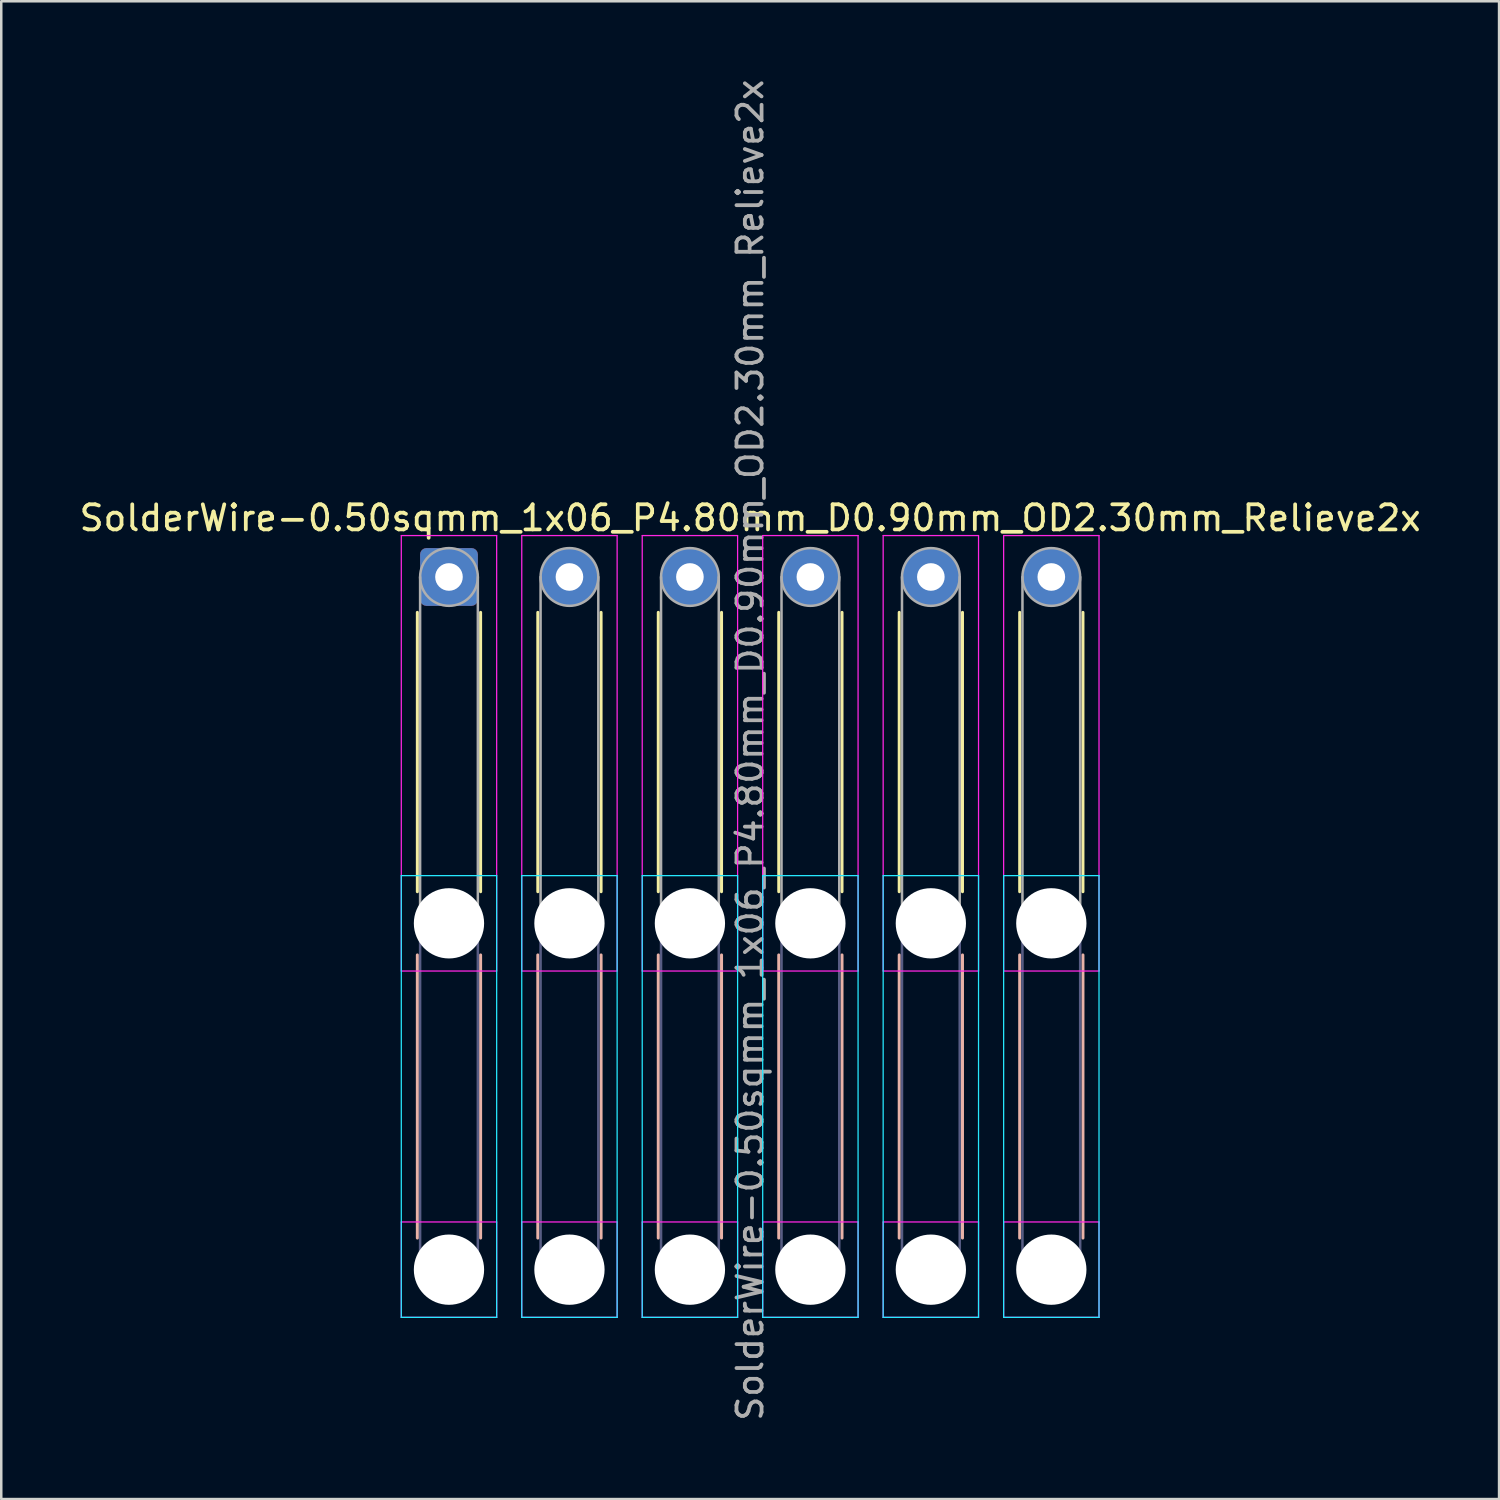
<source format=kicad_pcb>
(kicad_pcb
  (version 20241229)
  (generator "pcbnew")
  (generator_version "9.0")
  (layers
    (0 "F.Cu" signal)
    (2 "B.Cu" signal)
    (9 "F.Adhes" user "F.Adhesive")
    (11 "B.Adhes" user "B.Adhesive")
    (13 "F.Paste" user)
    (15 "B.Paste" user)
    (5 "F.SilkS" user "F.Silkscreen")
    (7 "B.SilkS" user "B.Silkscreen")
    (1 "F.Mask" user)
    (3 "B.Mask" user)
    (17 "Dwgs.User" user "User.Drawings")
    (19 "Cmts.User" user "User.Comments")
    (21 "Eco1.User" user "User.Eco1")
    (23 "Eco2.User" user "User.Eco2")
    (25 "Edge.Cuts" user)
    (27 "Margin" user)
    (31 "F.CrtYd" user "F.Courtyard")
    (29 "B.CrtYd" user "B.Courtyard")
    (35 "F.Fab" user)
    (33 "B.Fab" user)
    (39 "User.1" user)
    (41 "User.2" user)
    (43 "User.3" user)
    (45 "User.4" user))
  (footprint "SolderWire-0.50sqmm_1x06_P4.80mm_D0.90mm_OD2.30mm_Relieve2x"
    (layer "F.Cu")
    (at 14.839 19.939)
    (property "Reference" "SolderWire-0.50sqmm_1x06_P4.80mm_D0.90mm_OD2.30mm_Relieve2x" (at 12 -2.35 0) (layer "F.SilkS") (effects (font (size 1 1) (thickness 0.15))))
    (attr exclude_from_pos_files exclude_from_bom)
    (fp_line (start -1.26 1.41) (end -1.26 12.54) (stroke (width 0.12) (type solid)) (layer "F.SilkS"))
    (fp_line (start 1.26 1.41) (end 1.26 12.54) (stroke (width 0.12) (type solid)) (layer "F.SilkS"))
    (fp_line (start 3.54 1.41) (end 3.54 12.54) (stroke (width 0.12) (type solid)) (layer "F.SilkS"))
    (fp_line (start 6.06 1.41) (end 6.06 12.54) (stroke (width 0.12) (type solid)) (layer "F.SilkS"))
    (fp_line (start 8.34 1.41) (end 8.34 12.54) (stroke (width 0.12) (type solid)) (layer "F.SilkS"))
    (fp_line (start 10.86 1.41) (end 10.86 12.54) (stroke (width 0.12) (type solid)) (layer "F.SilkS"))
    (fp_line (start 13.14 1.41) (end 13.14 12.54) (stroke (width 0.12) (type solid)) (layer "F.SilkS"))
    (fp_line (start 15.66 1.41) (end 15.66 12.54) (stroke (width 0.12) (type solid)) (layer "F.SilkS"))
    (fp_line (start 17.94 1.41) (end 17.94 12.54) (stroke (width 0.12) (type solid)) (layer "F.SilkS"))
    (fp_line (start 20.46 1.41) (end 20.46 12.54) (stroke (width 0.12) (type solid)) (layer "F.SilkS"))
    (fp_line (start 22.74 1.41) (end 22.74 12.54) (stroke (width 0.12) (type solid)) (layer "F.SilkS"))
    (fp_line (start 25.26 1.41) (end 25.26 12.54) (stroke (width 0.12) (type solid)) (layer "F.SilkS"))
    (fp_line (start -1.26 15.06) (end -1.26 26.34) (stroke (width 0.12) (type solid)) (layer "B.SilkS"))
    (fp_line (start 1.26 15.06) (end 1.26 26.34) (stroke (width 0.12) (type solid)) (layer "B.SilkS"))
    (fp_line (start 3.54 15.06) (end 3.54 26.34) (stroke (width 0.12) (type solid)) (layer "B.SilkS"))
    (fp_line (start 6.06 15.06) (end 6.06 26.34) (stroke (width 0.12) (type solid)) (layer "B.SilkS"))
    (fp_line (start 8.34 15.06) (end 8.34 26.34) (stroke (width 0.12) (type solid)) (layer "B.SilkS"))
    (fp_line (start 10.86 15.06) (end 10.86 26.34) (stroke (width 0.12) (type solid)) (layer "B.SilkS"))
    (fp_line (start 13.14 15.06) (end 13.14 26.34) (stroke (width 0.12) (type solid)) (layer "B.SilkS"))
    (fp_line (start 15.66 15.06) (end 15.66 26.34) (stroke (width 0.12) (type solid)) (layer "B.SilkS"))
    (fp_line (start 17.94 15.06) (end 17.94 26.34) (stroke (width 0.12) (type solid)) (layer "B.SilkS"))
    (fp_line (start 20.46 15.06) (end 20.46 26.34) (stroke (width 0.12) (type solid)) (layer "B.SilkS"))
    (fp_line (start 22.74 15.06) (end 22.74 26.34) (stroke (width 0.12) (type solid)) (layer "B.SilkS"))
    (fp_line (start 25.26 15.06) (end 25.26 26.34) (stroke (width 0.12) (type solid)) (layer "B.SilkS"))
    (fp_line (start -1.9 11.9) (end -1.9 29.5) (stroke (width 0.05) (type solid)) (layer "B.CrtYd"))
    (fp_line (start -1.9 29.5) (end 1.9 29.5) (stroke (width 0.05) (type solid)) (layer "B.CrtYd"))
    (fp_line (start 1.9 11.9) (end -1.9 11.9) (stroke (width 0.05) (type solid)) (layer "B.CrtYd"))
    (fp_line (start 1.9 29.5) (end 1.9 11.9) (stroke (width 0.05) (type solid)) (layer "B.CrtYd"))
    (fp_line (start 2.9 11.9) (end 2.9 29.5) (stroke (width 0.05) (type solid)) (layer "B.CrtYd"))
    (fp_line (start 2.9 29.5) (end 6.7 29.5) (stroke (width 0.05) (type solid)) (layer "B.CrtYd"))
    (fp_line (start 6.7 11.9) (end 2.9 11.9) (stroke (width 0.05) (type solid)) (layer "B.CrtYd"))
    (fp_line (start 6.7 29.5) (end 6.7 11.9) (stroke (width 0.05) (type solid)) (layer "B.CrtYd"))
    (fp_line (start 7.7 11.9) (end 7.7 29.5) (stroke (width 0.05) (type solid)) (layer "B.CrtYd"))
    (fp_line (start 7.7 29.5) (end 11.5 29.5) (stroke (width 0.05) (type solid)) (layer "B.CrtYd"))
    (fp_line (start 11.5 11.9) (end 7.7 11.9) (stroke (width 0.05) (type solid)) (layer "B.CrtYd"))
    (fp_line (start 11.5 29.5) (end 11.5 11.9) (stroke (width 0.05) (type solid)) (layer "B.CrtYd"))
    (fp_line (start 12.5 11.9) (end 12.5 29.5) (stroke (width 0.05) (type solid)) (layer "B.CrtYd"))
    (fp_line (start 12.5 29.5) (end 16.3 29.5) (stroke (width 0.05) (type solid)) (layer "B.CrtYd"))
    (fp_line (start 16.3 11.9) (end 12.5 11.9) (stroke (width 0.05) (type solid)) (layer "B.CrtYd"))
    (fp_line (start 16.3 29.5) (end 16.3 11.9) (stroke (width 0.05) (type solid)) (layer "B.CrtYd"))
    (fp_line (start 17.3 11.9) (end 17.3 29.5) (stroke (width 0.05) (type solid)) (layer "B.CrtYd"))
    (fp_line (start 17.3 29.5) (end 21.1 29.5) (stroke (width 0.05) (type solid)) (layer "B.CrtYd"))
    (fp_line (start 21.1 11.9) (end 17.3 11.9) (stroke (width 0.05) (type solid)) (layer "B.CrtYd"))
    (fp_line (start 21.1 29.5) (end 21.1 11.9) (stroke (width 0.05) (type solid)) (layer "B.CrtYd"))
    (fp_line (start 22.1 11.9) (end 22.1 29.5) (stroke (width 0.05) (type solid)) (layer "B.CrtYd"))
    (fp_line (start 22.1 29.5) (end 25.9 29.5) (stroke (width 0.05) (type solid)) (layer "B.CrtYd"))
    (fp_line (start 25.9 11.9) (end 22.1 11.9) (stroke (width 0.05) (type solid)) (layer "B.CrtYd"))
    (fp_line (start 25.9 29.5) (end 25.9 11.9) (stroke (width 0.05) (type solid)) (layer "B.CrtYd"))
    (fp_line (start -1.9 -1.65) (end -1.9 15.7) (stroke (width 0.05) (type solid)) (layer "F.CrtYd"))
    (fp_line (start -1.9 15.7) (end 1.9 15.7) (stroke (width 0.05) (type solid)) (layer "F.CrtYd"))
    (fp_line (start -1.9 25.7) (end -1.9 29.5) (stroke (width 0.05) (type solid)) (layer "F.CrtYd"))
    (fp_line (start -1.9 29.5) (end 1.9 29.5) (stroke (width 0.05) (type solid)) (layer "F.CrtYd"))
    (fp_line (start 1.9 -1.65) (end -1.9 -1.65) (stroke (width 0.05) (type solid)) (layer "F.CrtYd"))
    (fp_line (start 1.9 15.7) (end 1.9 -1.65) (stroke (width 0.05) (type solid)) (layer "F.CrtYd"))
    (fp_line (start 1.9 25.7) (end -1.9 25.7) (stroke (width 0.05) (type solid)) (layer "F.CrtYd"))
    (fp_line (start 1.9 29.5) (end 1.9 25.7) (stroke (width 0.05) (type solid)) (layer "F.CrtYd"))
    (fp_line (start 2.9 -1.65) (end 2.9 15.7) (stroke (width 0.05) (type solid)) (layer "F.CrtYd"))
    (fp_line (start 2.9 15.7) (end 6.7 15.7) (stroke (width 0.05) (type solid)) (layer "F.CrtYd"))
    (fp_line (start 2.9 25.7) (end 2.9 29.5) (stroke (width 0.05) (type solid)) (layer "F.CrtYd"))
    (fp_line (start 2.9 29.5) (end 6.7 29.5) (stroke (width 0.05) (type solid)) (layer "F.CrtYd"))
    (fp_line (start 6.7 -1.65) (end 2.9 -1.65) (stroke (width 0.05) (type solid)) (layer "F.CrtYd"))
    (fp_line (start 6.7 15.7) (end 6.7 -1.65) (stroke (width 0.05) (type solid)) (layer "F.CrtYd"))
    (fp_line (start 6.7 25.7) (end 2.9 25.7) (stroke (width 0.05) (type solid)) (layer "F.CrtYd"))
    (fp_line (start 6.7 29.5) (end 6.7 25.7) (stroke (width 0.05) (type solid)) (layer "F.CrtYd"))
    (fp_line (start 7.7 -1.65) (end 7.7 15.7) (stroke (width 0.05) (type solid)) (layer "F.CrtYd"))
    (fp_line (start 7.7 15.7) (end 11.5 15.7) (stroke (width 0.05) (type solid)) (layer "F.CrtYd"))
    (fp_line (start 7.7 25.7) (end 7.7 29.5) (stroke (width 0.05) (type solid)) (layer "F.CrtYd"))
    (fp_line (start 7.7 29.5) (end 11.5 29.5) (stroke (width 0.05) (type solid)) (layer "F.CrtYd"))
    (fp_line (start 11.5 -1.65) (end 7.7 -1.65) (stroke (width 0.05) (type solid)) (layer "F.CrtYd"))
    (fp_line (start 11.5 15.7) (end 11.5 -1.65) (stroke (width 0.05) (type solid)) (layer "F.CrtYd"))
    (fp_line (start 11.5 25.7) (end 7.7 25.7) (stroke (width 0.05) (type solid)) (layer "F.CrtYd"))
    (fp_line (start 11.5 29.5) (end 11.5 25.7) (stroke (width 0.05) (type solid)) (layer "F.CrtYd"))
    (fp_line (start 12.5 -1.65) (end 12.5 15.7) (stroke (width 0.05) (type solid)) (layer "F.CrtYd"))
    (fp_line (start 12.5 15.7) (end 16.3 15.7) (stroke (width 0.05) (type solid)) (layer "F.CrtYd"))
    (fp_line (start 12.5 25.7) (end 12.5 29.5) (stroke (width 0.05) (type solid)) (layer "F.CrtYd"))
    (fp_line (start 12.5 29.5) (end 16.3 29.5) (stroke (width 0.05) (type solid)) (layer "F.CrtYd"))
    (fp_line (start 16.3 -1.65) (end 12.5 -1.65) (stroke (width 0.05) (type solid)) (layer "F.CrtYd"))
    (fp_line (start 16.3 15.7) (end 16.3 -1.65) (stroke (width 0.05) (type solid)) (layer "F.CrtYd"))
    (fp_line (start 16.3 25.7) (end 12.5 25.7) (stroke (width 0.05) (type solid)) (layer "F.CrtYd"))
    (fp_line (start 16.3 29.5) (end 16.3 25.7) (stroke (width 0.05) (type solid)) (layer "F.CrtYd"))
    (fp_line (start 17.3 -1.65) (end 17.3 15.7) (stroke (width 0.05) (type solid)) (layer "F.CrtYd"))
    (fp_line (start 17.3 15.7) (end 21.1 15.7) (stroke (width 0.05) (type solid)) (layer "F.CrtYd"))
    (fp_line (start 17.3 25.7) (end 17.3 29.5) (stroke (width 0.05) (type solid)) (layer "F.CrtYd"))
    (fp_line (start 17.3 29.5) (end 21.1 29.5) (stroke (width 0.05) (type solid)) (layer "F.CrtYd"))
    (fp_line (start 21.1 -1.65) (end 17.3 -1.65) (stroke (width 0.05) (type solid)) (layer "F.CrtYd"))
    (fp_line (start 21.1 15.7) (end 21.1 -1.65) (stroke (width 0.05) (type solid)) (layer "F.CrtYd"))
    (fp_line (start 21.1 25.7) (end 17.3 25.7) (stroke (width 0.05) (type solid)) (layer "F.CrtYd"))
    (fp_line (start 21.1 29.5) (end 21.1 25.7) (stroke (width 0.05) (type solid)) (layer "F.CrtYd"))
    (fp_line (start 22.1 -1.65) (end 22.1 15.7) (stroke (width 0.05) (type solid)) (layer "F.CrtYd"))
    (fp_line (start 22.1 15.7) (end 25.9 15.7) (stroke (width 0.05) (type solid)) (layer "F.CrtYd"))
    (fp_line (start 22.1 25.7) (end 22.1 29.5) (stroke (width 0.05) (type solid)) (layer "F.CrtYd"))
    (fp_line (start 22.1 29.5) (end 25.9 29.5) (stroke (width 0.05) (type solid)) (layer "F.CrtYd"))
    (fp_line (start 25.9 -1.65) (end 22.1 -1.65) (stroke (width 0.05) (type solid)) (layer "F.CrtYd"))
    (fp_line (start 25.9 15.7) (end 25.9 -1.65) (stroke (width 0.05) (type solid)) (layer "F.CrtYd"))
    (fp_line (start 25.9 25.7) (end 22.1 25.7) (stroke (width 0.05) (type solid)) (layer "F.CrtYd"))
    (fp_line (start 25.9 29.5) (end 25.9 25.7) (stroke (width 0.05) (type solid)) (layer "F.CrtYd"))
    (fp_line (start -1.15 13.8) (end -1.15 27.6) (stroke (width 0.1) (type solid)) (layer "B.Fab"))
    (fp_line (start 1.15 13.8) (end 1.15 27.6) (stroke (width 0.1) (type solid)) (layer "B.Fab"))
    (fp_line (start 3.65 13.8) (end 3.65 27.6) (stroke (width 0.1) (type solid)) (layer "B.Fab"))
    (fp_line (start 5.95 13.8) (end 5.95 27.6) (stroke (width 0.1) (type solid)) (layer "B.Fab"))
    (fp_line (start 8.45 13.8) (end 8.45 27.6) (stroke (width 0.1) (type solid)) (layer "B.Fab"))
    (fp_line (start 10.75 13.8) (end 10.75 27.6) (stroke (width 0.1) (type solid)) (layer "B.Fab"))
    (fp_line (start 13.25 13.8) (end 13.25 27.6) (stroke (width 0.1) (type solid)) (layer "B.Fab"))
    (fp_line (start 15.55 13.8) (end 15.55 27.6) (stroke (width 0.1) (type solid)) (layer "B.Fab"))
    (fp_line (start 18.05 13.8) (end 18.05 27.6) (stroke (width 0.1) (type solid)) (layer "B.Fab"))
    (fp_line (start 20.35 13.8) (end 20.35 27.6) (stroke (width 0.1) (type solid)) (layer "B.Fab"))
    (fp_line (start 22.85 13.8) (end 22.85 27.6) (stroke (width 0.1) (type solid)) (layer "B.Fab"))
    (fp_line (start 25.15 13.8) (end 25.15 27.6) (stroke (width 0.1) (type solid)) (layer "B.Fab"))
    (fp_circle (center 0 13.8) (end 1.15 13.8) (stroke (width 0.1) (type solid)) (fill no) (layer "B.Fab"))
    (fp_circle (center 0 27.6) (end 1.15 27.6) (stroke (width 0.1) (type solid)) (fill no) (layer "B.Fab"))
    (fp_circle (center 4.8 13.8) (end 5.95 13.8) (stroke (width 0.1) (type solid)) (fill no) (layer "B.Fab"))
    (fp_circle (center 4.8 27.6) (end 5.95 27.6) (stroke (width 0.1) (type solid)) (fill no) (layer "B.Fab"))
    (fp_circle (center 9.6 13.8) (end 10.75 13.8) (stroke (width 0.1) (type solid)) (fill no) (layer "B.Fab"))
    (fp_circle (center 9.6 27.6) (end 10.75 27.6) (stroke (width 0.1) (type solid)) (fill no) (layer "B.Fab"))
    (fp_circle (center 14.4 13.8) (end 15.55 13.8) (stroke (width 0.1) (type solid)) (fill no) (layer "B.Fab"))
    (fp_circle (center 14.4 27.6) (end 15.55 27.6) (stroke (width 0.1) (type solid)) (fill no) (layer "B.Fab"))
    (fp_circle (center 19.2 13.8) (end 20.35 13.8) (stroke (width 0.1) (type solid)) (fill no) (layer "B.Fab"))
    (fp_circle (center 19.2 27.6) (end 20.35 27.6) (stroke (width 0.1) (type solid)) (fill no) (layer "B.Fab"))
    (fp_circle (center 24 13.8) (end 25.15 13.8) (stroke (width 0.1) (type solid)) (fill no) (layer "B.Fab"))
    (fp_circle (center 24 27.6) (end 25.15 27.6) (stroke (width 0.1) (type solid)) (fill no) (layer "B.Fab"))
    (fp_line (start -1.15 0) (end -1.15 13.8) (stroke (width 0.1) (type solid)) (layer "F.Fab"))
    (fp_line (start 1.15 0) (end 1.15 13.8) (stroke (width 0.1) (type solid)) (layer "F.Fab"))
    (fp_line (start 3.65 0) (end 3.65 13.8) (stroke (width 0.1) (type solid)) (layer "F.Fab"))
    (fp_line (start 5.95 0) (end 5.95 13.8) (stroke (width 0.1) (type solid)) (layer "F.Fab"))
    (fp_line (start 8.45 0) (end 8.45 13.8) (stroke (width 0.1) (type solid)) (layer "F.Fab"))
    (fp_line (start 10.75 0) (end 10.75 13.8) (stroke (width 0.1) (type solid)) (layer "F.Fab"))
    (fp_line (start 13.25 0) (end 13.25 13.8) (stroke (width 0.1) (type solid)) (layer "F.Fab"))
    (fp_line (start 15.55 0) (end 15.55 13.8) (stroke (width 0.1) (type solid)) (layer "F.Fab"))
    (fp_line (start 18.05 0) (end 18.05 13.8) (stroke (width 0.1) (type solid)) (layer "F.Fab"))
    (fp_line (start 20.35 0) (end 20.35 13.8) (stroke (width 0.1) (type solid)) (layer "F.Fab"))
    (fp_line (start 22.85 0) (end 22.85 13.8) (stroke (width 0.1) (type solid)) (layer "F.Fab"))
    (fp_line (start 25.15 0) (end 25.15 13.8) (stroke (width 0.1) (type solid)) (layer "F.Fab"))
    (fp_circle (center 0 0) (end 1.15 0) (stroke (width 0.1) (type solid)) (fill no) (layer "F.Fab"))
    (fp_circle (center 0 13.8) (end 1.15 13.8) (stroke (width 0.1) (type solid)) (fill no) (layer "F.Fab"))
    (fp_circle (center 0 27.6) (end 1.15 27.6) (stroke (width 0.1) (type solid)) (fill no) (layer "F.Fab"))
    (fp_circle (center 4.8 0) (end 5.95 0) (stroke (width 0.1) (type solid)) (fill no) (layer "F.Fab"))
    (fp_circle (center 4.8 13.8) (end 5.95 13.8) (stroke (width 0.1) (type solid)) (fill no) (layer "F.Fab"))
    (fp_circle (center 4.8 27.6) (end 5.95 27.6) (stroke (width 0.1) (type solid)) (fill no) (layer "F.Fab"))
    (fp_circle (center 9.6 0) (end 10.75 0) (stroke (width 0.1) (type solid)) (fill no) (layer "F.Fab"))
    (fp_circle (center 9.6 13.8) (end 10.75 13.8) (stroke (width 0.1) (type solid)) (fill no) (layer "F.Fab"))
    (fp_circle (center 9.6 27.6) (end 10.75 27.6) (stroke (width 0.1) (type solid)) (fill no) (layer "F.Fab"))
    (fp_circle (center 14.4 0) (end 15.55 0) (stroke (width 0.1) (type solid)) (fill no) (layer "F.Fab"))
    (fp_circle (center 14.4 13.8) (end 15.55 13.8) (stroke (width 0.1) (type solid)) (fill no) (layer "F.Fab"))
    (fp_circle (center 14.4 27.6) (end 15.55 27.6) (stroke (width 0.1) (type solid)) (fill no) (layer "F.Fab"))
    (fp_circle (center 19.2 0) (end 20.35 0) (stroke (width 0.1) (type solid)) (fill no) (layer "F.Fab"))
    (fp_circle (center 19.2 13.8) (end 20.35 13.8) (stroke (width 0.1) (type solid)) (fill no) (layer "F.Fab"))
    (fp_circle (center 19.2 27.6) (end 20.35 27.6) (stroke (width 0.1) (type solid)) (fill no) (layer "F.Fab"))
    (fp_circle (center 24 0) (end 25.15 0) (stroke (width 0.1) (type solid)) (fill no) (layer "F.Fab"))
    (fp_circle (center 24 13.8) (end 25.15 13.8) (stroke (width 0.1) (type solid)) (fill no) (layer "F.Fab"))
    (fp_circle (center 24 27.6) (end 25.15 27.6) (stroke (width 0.1) (type solid)) (fill no) (layer "F.Fab"))
    (fp_text user "${REFERENCE}" (at 12 6.9 90) (layer "F.Fab") (effects (font (size 1 1) (thickness 0.15))))
    (pad "" np_thru_hole circle (at 0 13.8) (size 2.8 2.8) (drill 2.8) (layers "*.Cu" "*.Mask"))
    (pad "" np_thru_hole circle (at 0 27.6) (size 2.8 2.8) (drill 2.8) (layers "*.Cu" "*.Mask"))
    (pad "" np_thru_hole circle (at 4.8 13.8) (size 2.8 2.8) (drill 2.8) (layers "*.Cu" "*.Mask"))
    (pad "" np_thru_hole circle (at 4.8 27.6) (size 2.8 2.8) (drill 2.8) (layers "*.Cu" "*.Mask"))
    (pad "" np_thru_hole circle (at 9.6 13.8) (size 2.8 2.8) (drill 2.8) (layers "*.Cu" "*.Mask"))
    (pad "" np_thru_hole circle (at 9.6 27.6) (size 2.8 2.8) (drill 2.8) (layers "*.Cu" "*.Mask"))
    (pad "" np_thru_hole circle (at 14.4 13.8) (size 2.8 2.8) (drill 2.8) (layers "*.Cu" "*.Mask"))
    (pad "" np_thru_hole circle (at 14.4 27.6) (size 2.8 2.8) (drill 2.8) (layers "*.Cu" "*.Mask"))
    (pad "" np_thru_hole circle (at 19.2 13.8) (size 2.8 2.8) (drill 2.8) (layers "*.Cu" "*.Mask"))
    (pad "" np_thru_hole circle (at 19.2 27.6) (size 2.8 2.8) (drill 2.8) (layers "*.Cu" "*.Mask"))
    (pad "" np_thru_hole circle (at 24 13.8) (size 2.8 2.8) (drill 2.8) (layers "*.Cu" "*.Mask"))
    (pad "" np_thru_hole circle (at 24 27.6) (size 2.8 2.8) (drill 2.8) (layers "*.Cu" "*.Mask"))
    (pad "1" thru_hole roundrect (at 0 0) (size 2.3 2.3) (drill 1.1) (layers "*.Cu" "*.Mask") (roundrect_rratio 0.109))
    (pad "2" thru_hole circle (at 4.8 0) (size 2.3 2.3) (drill 1.1) (layers "*.Cu" "*.Mask"))
    (pad "3" thru_hole circle (at 9.6 0) (size 2.3 2.3) (drill 1.1) (layers "*.Cu" "*.Mask"))
    (pad "4" thru_hole circle (at 14.4 0) (size 2.3 2.3) (drill 1.1) (layers "*.Cu" "*.Mask"))
    (pad "5" thru_hole circle (at 19.2 0) (size 2.3 2.3) (drill 1.1) (layers "*.Cu" "*.Mask"))
    (pad "6" thru_hole circle (at 24 0) (size 2.3 2.3) (drill 1.1) (layers "*.Cu" "*.Mask")))
  (gr_rect
    (start -3 -3)
    (end 56.679 56.679)
    (stroke (width 0.1) (type default))
    (fill no)
    (layer "Edge.Cuts")))
</source>
